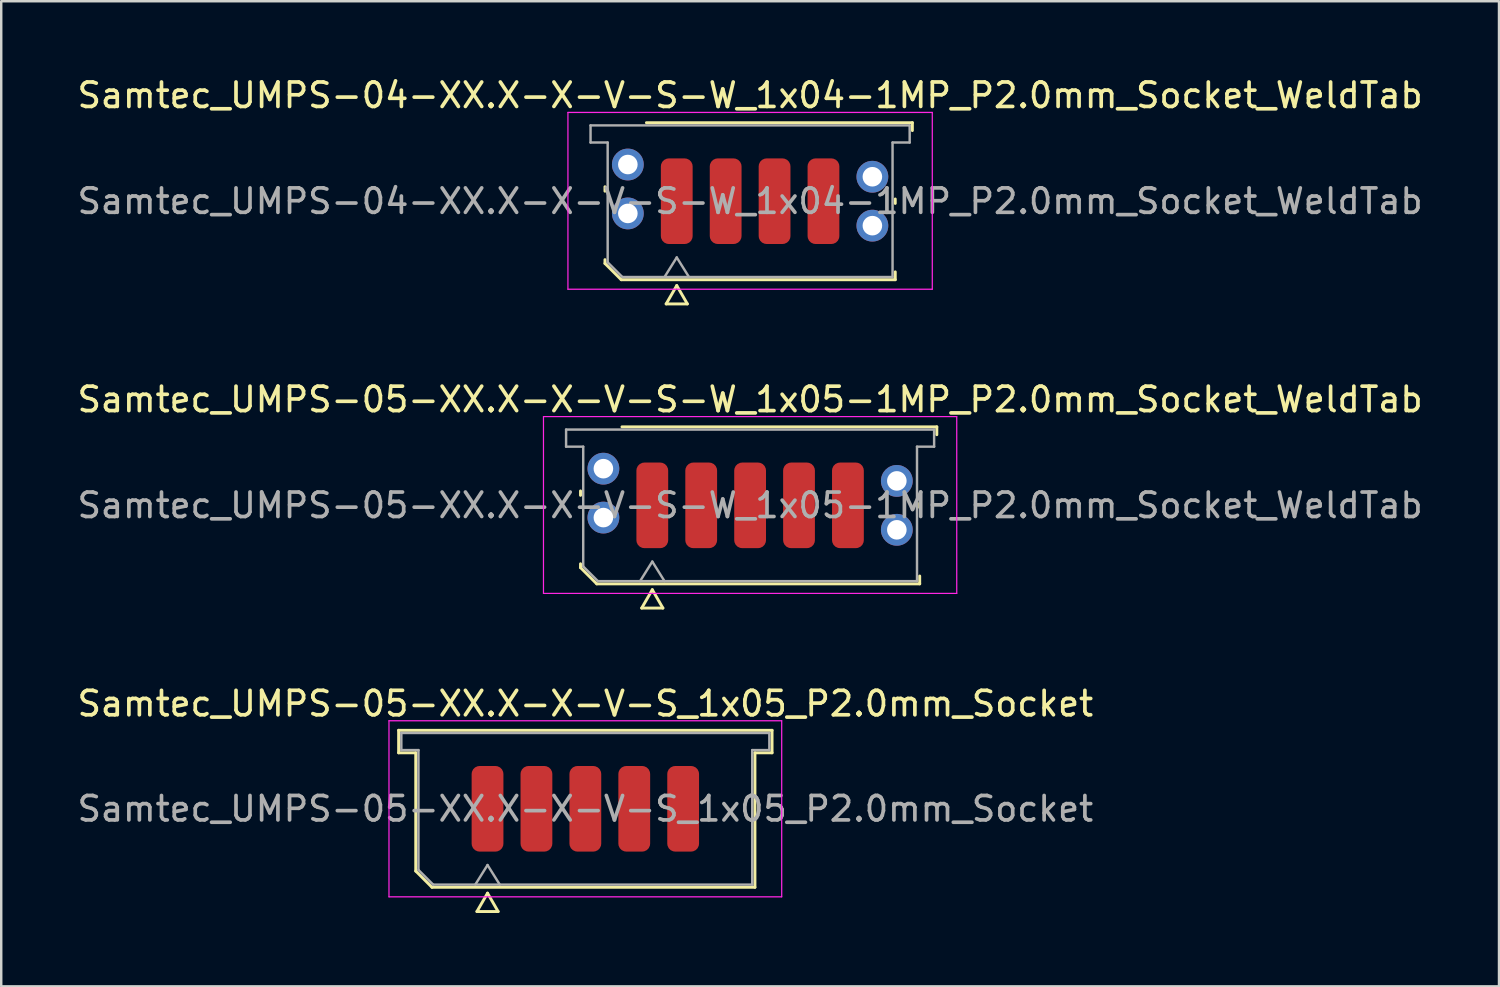
<source format=kicad_pcb>
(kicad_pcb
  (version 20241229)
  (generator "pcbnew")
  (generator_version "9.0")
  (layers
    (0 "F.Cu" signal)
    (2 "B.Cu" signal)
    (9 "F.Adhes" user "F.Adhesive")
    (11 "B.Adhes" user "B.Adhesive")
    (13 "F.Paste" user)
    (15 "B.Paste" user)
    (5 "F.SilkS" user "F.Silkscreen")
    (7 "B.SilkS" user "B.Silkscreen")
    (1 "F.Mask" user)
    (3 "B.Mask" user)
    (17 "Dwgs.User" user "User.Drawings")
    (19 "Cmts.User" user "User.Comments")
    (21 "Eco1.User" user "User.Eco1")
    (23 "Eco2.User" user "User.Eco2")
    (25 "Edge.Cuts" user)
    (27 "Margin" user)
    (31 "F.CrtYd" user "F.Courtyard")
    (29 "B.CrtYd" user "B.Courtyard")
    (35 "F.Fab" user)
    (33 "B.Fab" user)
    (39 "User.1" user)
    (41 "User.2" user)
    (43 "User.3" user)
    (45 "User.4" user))
  (footprint "Samtec_UMPS-05-XX.X-X-V-S-W_1x05-1MP_P2.0mm_Socket_WeldTab"
    (layer "F.Cu")
    (at 27.625 17.616)
    (property "Reference" "Samtec_UMPS-05-XX.X-X-V-S-W_1x05-1MP_P2.0mm_Socket_WeldTab" (at 0 -4.33 0) (layer "F.SilkS") (effects (font (size 1 1) (thickness 0.15))))
    (attr smd)
    (fp_line (start -6.935 -0.41) (end -6.935 -0.59) (stroke (width 0.12) (type solid)) (layer "F.SilkS"))
    (fp_line (start -6.935 2.546) (end -6.935 2.39) (stroke (width 0.12) (type solid)) (layer "F.SilkS"))
    (fp_line (start -6.271 3.21) (end -6.935 2.546) (stroke (width 0.12) (type solid)) (layer "F.SilkS"))
    (fp_line (start -5.24 -3.21) (end 7.635 -3.21) (stroke (width 0.12) (type solid)) (layer "F.SilkS"))
    (fp_line (start -4.433 4.2) (end -4 3.45) (stroke (width 0.12) (type solid)) (layer "F.SilkS"))
    (fp_line (start -4 3.45) (end -3.567 4.2) (stroke (width 0.12) (type solid)) (layer "F.SilkS"))
    (fp_line (start -3.567 4.2) (end -4.433 4.2) (stroke (width 0.12) (type solid)) (layer "F.SilkS"))
    (fp_line (start 6.935 -0.09) (end 6.935 0.09) (stroke (width 0.12) (type solid)) (layer "F.SilkS"))
    (fp_line (start 6.935 2.89) (end 6.935 3.21) (stroke (width 0.12) (type solid)) (layer "F.SilkS"))
    (fp_line (start 6.935 3.21) (end -6.271 3.21) (stroke (width 0.12) (type solid)) (layer "F.SilkS"))
    (fp_line (start 7.635 -3.21) (end 7.635 -2.89) (stroke (width 0.12) (type solid)) (layer "F.SilkS"))
    (fp_line (start -8.45 -3.63) (end -8.45 3.6) (stroke (width 0.05) (type solid)) (layer "F.CrtYd"))
    (fp_line (start -8.45 3.6) (end 8.45 3.6) (stroke (width 0.05) (type solid)) (layer "F.CrtYd"))
    (fp_line (start 8.45 -3.63) (end -8.45 -3.63) (stroke (width 0.05) (type solid)) (layer "F.CrtYd"))
    (fp_line (start 8.45 3.6) (end 8.45 -3.63) (stroke (width 0.05) (type solid)) (layer "F.CrtYd"))
    (fp_line (start -7.525 -3.1) (end 7.525 -3.1) (stroke (width 0.1) (type solid)) (layer "F.Fab"))
    (fp_line (start -7.525 -2.4) (end -7.525 -3.1) (stroke (width 0.1) (type solid)) (layer "F.Fab"))
    (fp_line (start -6.825 -2.4) (end -7.525 -2.4) (stroke (width 0.1) (type solid)) (layer "F.Fab"))
    (fp_line (start -6.825 2.5) (end -6.825 -2.4) (stroke (width 0.1) (type solid)) (layer "F.Fab"))
    (fp_line (start -6.225 3.1) (end -6.825 2.5) (stroke (width 0.1) (type solid)) (layer "F.Fab"))
    (fp_line (start -4.5 3.1) (end -4 2.3) (stroke (width 0.1) (type solid)) (layer "F.Fab"))
    (fp_line (start -4 2.3) (end -3.5 3.1) (stroke (width 0.1) (type solid)) (layer "F.Fab"))
    (fp_line (start 6.825 -2.4) (end 6.825 3.1) (stroke (width 0.1) (type solid)) (layer "F.Fab"))
    (fp_line (start 6.825 3.1) (end -6.225 3.1) (stroke (width 0.1) (type solid)) (layer "F.Fab"))
    (fp_line (start 7.525 -3.1) (end 7.525 -2.4) (stroke (width 0.1) (type solid)) (layer "F.Fab"))
    (fp_line (start 7.525 -2.4) (end 6.825 -2.4) (stroke (width 0.1) (type solid)) (layer "F.Fab"))
    (fp_text user "${REFERENCE}" (at 0 0 0) (layer "F.Fab") (effects (font (size 1 1) (thickness 0.15))))
    (pad "" smd rect (at -6.725 -1.99) (size 2.45 2.28) (layers "F.Paste"))
    (pad "" smd rect (at -6.725 0.99) (size 2.45 2.28) (layers "F.Paste"))
    (pad "" smd rect (at 6.725 -1.49) (size 2.45 2.28) (layers "F.Paste"))
    (pad "" smd rect (at 6.725 1.49) (size 2.45 2.28) (layers "F.Paste"))
    (pad "1" smd roundrect (at -4 0) (size 1.3 3.5) (layers "F.Cu" "F.Mask" "F.Paste") (roundrect_rratio 0.25))
    (pad "2" smd roundrect (at -2 0) (size 1.3 3.5) (layers "F.Cu" "F.Mask" "F.Paste") (roundrect_rratio 0.25))
    (pad "3" smd roundrect (at 0 0) (size 1.3 3.5) (layers "F.Cu" "F.Mask" "F.Paste") (roundrect_rratio 0.25))
    (pad "4" smd roundrect (at 2 0) (size 1.3 3.5) (layers "F.Cu" "F.Mask" "F.Paste") (roundrect_rratio 0.25))
    (pad "5" smd roundrect (at 4 0) (size 1.3 3.5) (layers "F.Cu" "F.Mask" "F.Paste") (roundrect_rratio 0.25))
    (pad "MP" thru_hole circle (at -6 -1.5) (size 1.3 1.3) (drill 0.8) (layers "*.Cu" "*.Mask"))
    (pad "MP" thru_hole circle (at -6 0.5) (size 1.3 1.3) (drill 0.8) (layers "*.Cu" "*.Mask"))
    (pad "MP" thru_hole circle (at 6 -1) (size 1.3 1.3) (drill 0.8) (layers "*.Cu" "*.Mask"))
    (pad "MP" thru_hole circle (at 6 1) (size 1.3 1.3) (drill 0.8) (layers "*.Cu" "*.Mask")))
  (footprint "Samtec_UMPS-04-XX.X-X-V-S-W_1x04-1MP_P2.0mm_Socket_WeldTab"
    (layer "F.Cu")
    (at 27.625 5.178)
    (property "Reference" "Samtec_UMPS-04-XX.X-X-V-S-W_1x04-1MP_P2.0mm_Socket_WeldTab" (at 0 -4.33 0) (layer "F.SilkS") (effects (font (size 1 1) (thickness 0.15))))
    (attr smd)
    (fp_line (start -5.935 -0.41) (end -5.935 -0.59) (stroke (width 0.12) (type solid)) (layer "F.SilkS"))
    (fp_line (start -5.935 2.546) (end -5.935 2.39) (stroke (width 0.12) (type solid)) (layer "F.SilkS"))
    (fp_line (start -5.271 3.21) (end -5.935 2.546) (stroke (width 0.12) (type solid)) (layer "F.SilkS"))
    (fp_line (start -4.24 -3.21) (end 6.635 -3.21) (stroke (width 0.12) (type solid)) (layer "F.SilkS"))
    (fp_line (start -3.433 4.2) (end -3 3.45) (stroke (width 0.12) (type solid)) (layer "F.SilkS"))
    (fp_line (start -3 3.45) (end -2.567 4.2) (stroke (width 0.12) (type solid)) (layer "F.SilkS"))
    (fp_line (start -2.567 4.2) (end -3.433 4.2) (stroke (width 0.12) (type solid)) (layer "F.SilkS"))
    (fp_line (start 5.935 -0.09) (end 5.935 0.09) (stroke (width 0.12) (type solid)) (layer "F.SilkS"))
    (fp_line (start 5.935 2.89) (end 5.935 3.21) (stroke (width 0.12) (type solid)) (layer "F.SilkS"))
    (fp_line (start 5.935 3.21) (end -5.271 3.21) (stroke (width 0.12) (type solid)) (layer "F.SilkS"))
    (fp_line (start 6.635 -3.21) (end 6.635 -2.89) (stroke (width 0.12) (type solid)) (layer "F.SilkS"))
    (fp_line (start -7.45 -3.63) (end -7.45 3.6) (stroke (width 0.05) (type solid)) (layer "F.CrtYd"))
    (fp_line (start -7.45 3.6) (end 7.45 3.6) (stroke (width 0.05) (type solid)) (layer "F.CrtYd"))
    (fp_line (start 7.45 -3.63) (end -7.45 -3.63) (stroke (width 0.05) (type solid)) (layer "F.CrtYd"))
    (fp_line (start 7.45 3.6) (end 7.45 -3.63) (stroke (width 0.05) (type solid)) (layer "F.CrtYd"))
    (fp_line (start -6.525 -3.1) (end 6.525 -3.1) (stroke (width 0.1) (type solid)) (layer "F.Fab"))
    (fp_line (start -6.525 -2.4) (end -6.525 -3.1) (stroke (width 0.1) (type solid)) (layer "F.Fab"))
    (fp_line (start -5.825 -2.4) (end -6.525 -2.4) (stroke (width 0.1) (type solid)) (layer "F.Fab"))
    (fp_line (start -5.825 2.5) (end -5.825 -2.4) (stroke (width 0.1) (type solid)) (layer "F.Fab"))
    (fp_line (start -5.225 3.1) (end -5.825 2.5) (stroke (width 0.1) (type solid)) (layer "F.Fab"))
    (fp_line (start -3.5 3.1) (end -3 2.3) (stroke (width 0.1) (type solid)) (layer "F.Fab"))
    (fp_line (start -3 2.3) (end -2.5 3.1) (stroke (width 0.1) (type solid)) (layer "F.Fab"))
    (fp_line (start 5.825 -2.4) (end 5.825 3.1) (stroke (width 0.1) (type solid)) (layer "F.Fab"))
    (fp_line (start 5.825 3.1) (end -5.225 3.1) (stroke (width 0.1) (type solid)) (layer "F.Fab"))
    (fp_line (start 6.525 -3.1) (end 6.525 -2.4) (stroke (width 0.1) (type solid)) (layer "F.Fab"))
    (fp_line (start 6.525 -2.4) (end 5.825 -2.4) (stroke (width 0.1) (type solid)) (layer "F.Fab"))
    (fp_text user "${REFERENCE}" (at 0 0 0) (layer "F.Fab") (effects (font (size 1 1) (thickness 0.15))))
    (pad "" smd rect (at -5.725 -1.99) (size 2.45 2.28) (layers "F.Paste"))
    (pad "" smd rect (at -5.725 0.99) (size 2.45 2.28) (layers "F.Paste"))
    (pad "" smd rect (at 5.725 -1.49) (size 2.45 2.28) (layers "F.Paste"))
    (pad "" smd rect (at 5.725 1.49) (size 2.45 2.28) (layers "F.Paste"))
    (pad "1" smd roundrect (at -3 0) (size 1.3 3.5) (layers "F.Cu" "F.Mask" "F.Paste") (roundrect_rratio 0.25))
    (pad "2" smd roundrect (at -1 0) (size 1.3 3.5) (layers "F.Cu" "F.Mask" "F.Paste") (roundrect_rratio 0.25))
    (pad "3" smd roundrect (at 1 0) (size 1.3 3.5) (layers "F.Cu" "F.Mask" "F.Paste") (roundrect_rratio 0.25))
    (pad "4" smd roundrect (at 3 0) (size 1.3 3.5) (layers "F.Cu" "F.Mask" "F.Paste") (roundrect_rratio 0.25))
    (pad "MP" thru_hole circle (at -5 -1.5) (size 1.3 1.3) (drill 0.8) (layers "*.Cu" "*.Mask"))
    (pad "MP" thru_hole circle (at -5 0.5) (size 1.3 1.3) (drill 0.8) (layers "*.Cu" "*.Mask"))
    (pad "MP" thru_hole circle (at 5 -1) (size 1.3 1.3) (drill 0.8) (layers "*.Cu" "*.Mask"))
    (pad "MP" thru_hole circle (at 5 1) (size 1.3 1.3) (drill 0.8) (layers "*.Cu" "*.Mask")))
  (footprint "Samtec_UMPS-05-XX.X-X-V-S_1x05_P2.0mm_Socket"
    (layer "F.Cu")
    (at 20.887 30.025)
    (property "Reference" "Samtec_UMPS-05-XX.X-X-V-S_1x05_P2.0mm_Socket" (at 0 -4.3 0) (layer "F.SilkS") (effects (font (size 1 1) (thickness 0.15))))
    (attr smd)
    (fp_line (start -7.635 -3.21) (end 7.635 -3.21) (stroke (width 0.12) (type solid)) (layer "F.SilkS"))
    (fp_line (start -7.635 -2.29) (end -7.635 -3.21) (stroke (width 0.12) (type solid)) (layer "F.SilkS"))
    (fp_line (start -6.935 -2.29) (end -7.635 -2.29) (stroke (width 0.12) (type solid)) (layer "F.SilkS"))
    (fp_line (start -6.935 2.546) (end -6.935 -2.29) (stroke (width 0.12) (type solid)) (layer "F.SilkS"))
    (fp_line (start -6.271 3.21) (end -6.935 2.546) (stroke (width 0.12) (type solid)) (layer "F.SilkS"))
    (fp_line (start -4.433 4.2) (end -4 3.45) (stroke (width 0.12) (type solid)) (layer "F.SilkS"))
    (fp_line (start -4 3.45) (end -3.567 4.2) (stroke (width 0.12) (type solid)) (layer "F.SilkS"))
    (fp_line (start -3.567 4.2) (end -4.433 4.2) (stroke (width 0.12) (type solid)) (layer "F.SilkS"))
    (fp_line (start 6.935 -2.29) (end 6.935 3.21) (stroke (width 0.12) (type solid)) (layer "F.SilkS"))
    (fp_line (start 6.935 3.21) (end -6.271 3.21) (stroke (width 0.12) (type solid)) (layer "F.SilkS"))
    (fp_line (start 7.635 -3.21) (end 7.635 -2.29) (stroke (width 0.12) (type solid)) (layer "F.SilkS"))
    (fp_line (start 7.635 -2.29) (end 6.935 -2.29) (stroke (width 0.12) (type solid)) (layer "F.SilkS"))
    (fp_line (start -8.03 -3.6) (end -8.03 3.6) (stroke (width 0.05) (type solid)) (layer "F.CrtYd"))
    (fp_line (start -8.03 3.6) (end 8.03 3.6) (stroke (width 0.05) (type solid)) (layer "F.CrtYd"))
    (fp_line (start 8.03 -3.6) (end -8.03 -3.6) (stroke (width 0.05) (type solid)) (layer "F.CrtYd"))
    (fp_line (start 8.03 3.6) (end 8.03 -3.6) (stroke (width 0.05) (type solid)) (layer "F.CrtYd"))
    (fp_line (start -7.525 -3.1) (end 7.525 -3.1) (stroke (width 0.1) (type solid)) (layer "F.Fab"))
    (fp_line (start -7.525 -2.4) (end -7.525 -3.1) (stroke (width 0.1) (type solid)) (layer "F.Fab"))
    (fp_line (start -6.825 -2.4) (end -7.525 -2.4) (stroke (width 0.1) (type solid)) (layer "F.Fab"))
    (fp_line (start -6.825 2.5) (end -6.825 -2.4) (stroke (width 0.1) (type solid)) (layer "F.Fab"))
    (fp_line (start -6.225 3.1) (end -6.825 2.5) (stroke (width 0.1) (type solid)) (layer "F.Fab"))
    (fp_line (start -4.5 3.1) (end -4 2.3) (stroke (width 0.1) (type solid)) (layer "F.Fab"))
    (fp_line (start -4 2.3) (end -3.5 3.1) (stroke (width 0.1) (type solid)) (layer "F.Fab"))
    (fp_line (start 6.825 -2.4) (end 6.825 3.1) (stroke (width 0.1) (type solid)) (layer "F.Fab"))
    (fp_line (start 6.825 3.1) (end -6.225 3.1) (stroke (width 0.1) (type solid)) (layer "F.Fab"))
    (fp_line (start 7.525 -3.1) (end 7.525 -2.4) (stroke (width 0.1) (type solid)) (layer "F.Fab"))
    (fp_line (start 7.525 -2.4) (end 6.825 -2.4) (stroke (width 0.1) (type solid)) (layer "F.Fab"))
    (fp_text user "${REFERENCE}" (at 0 0 0) (layer "F.Fab") (effects (font (size 1 1) (thickness 0.15))))
    (pad "1" smd roundrect (at -4 0) (size 1.3 3.5) (layers "F.Cu" "F.Mask" "F.Paste") (roundrect_rratio 0.25))
    (pad "2" smd roundrect (at -2 0) (size 1.3 3.5) (layers "F.Cu" "F.Mask" "F.Paste") (roundrect_rratio 0.25))
    (pad "3" smd roundrect (at 0 0) (size 1.3 3.5) (layers "F.Cu" "F.Mask" "F.Paste") (roundrect_rratio 0.25))
    (pad "4" smd roundrect (at 2 0) (size 1.3 3.5) (layers "F.Cu" "F.Mask" "F.Paste") (roundrect_rratio 0.25))
    (pad "5" smd roundrect (at 4 0) (size 1.3 3.5) (layers "F.Cu" "F.Mask" "F.Paste") (roundrect_rratio 0.25)))
  (gr_rect
    (start -3 -3)
    (end 58.25 37.285)
    (stroke (width 0.1) (type default))
    (fill no)
    (layer "Edge.Cuts")))
</source>
